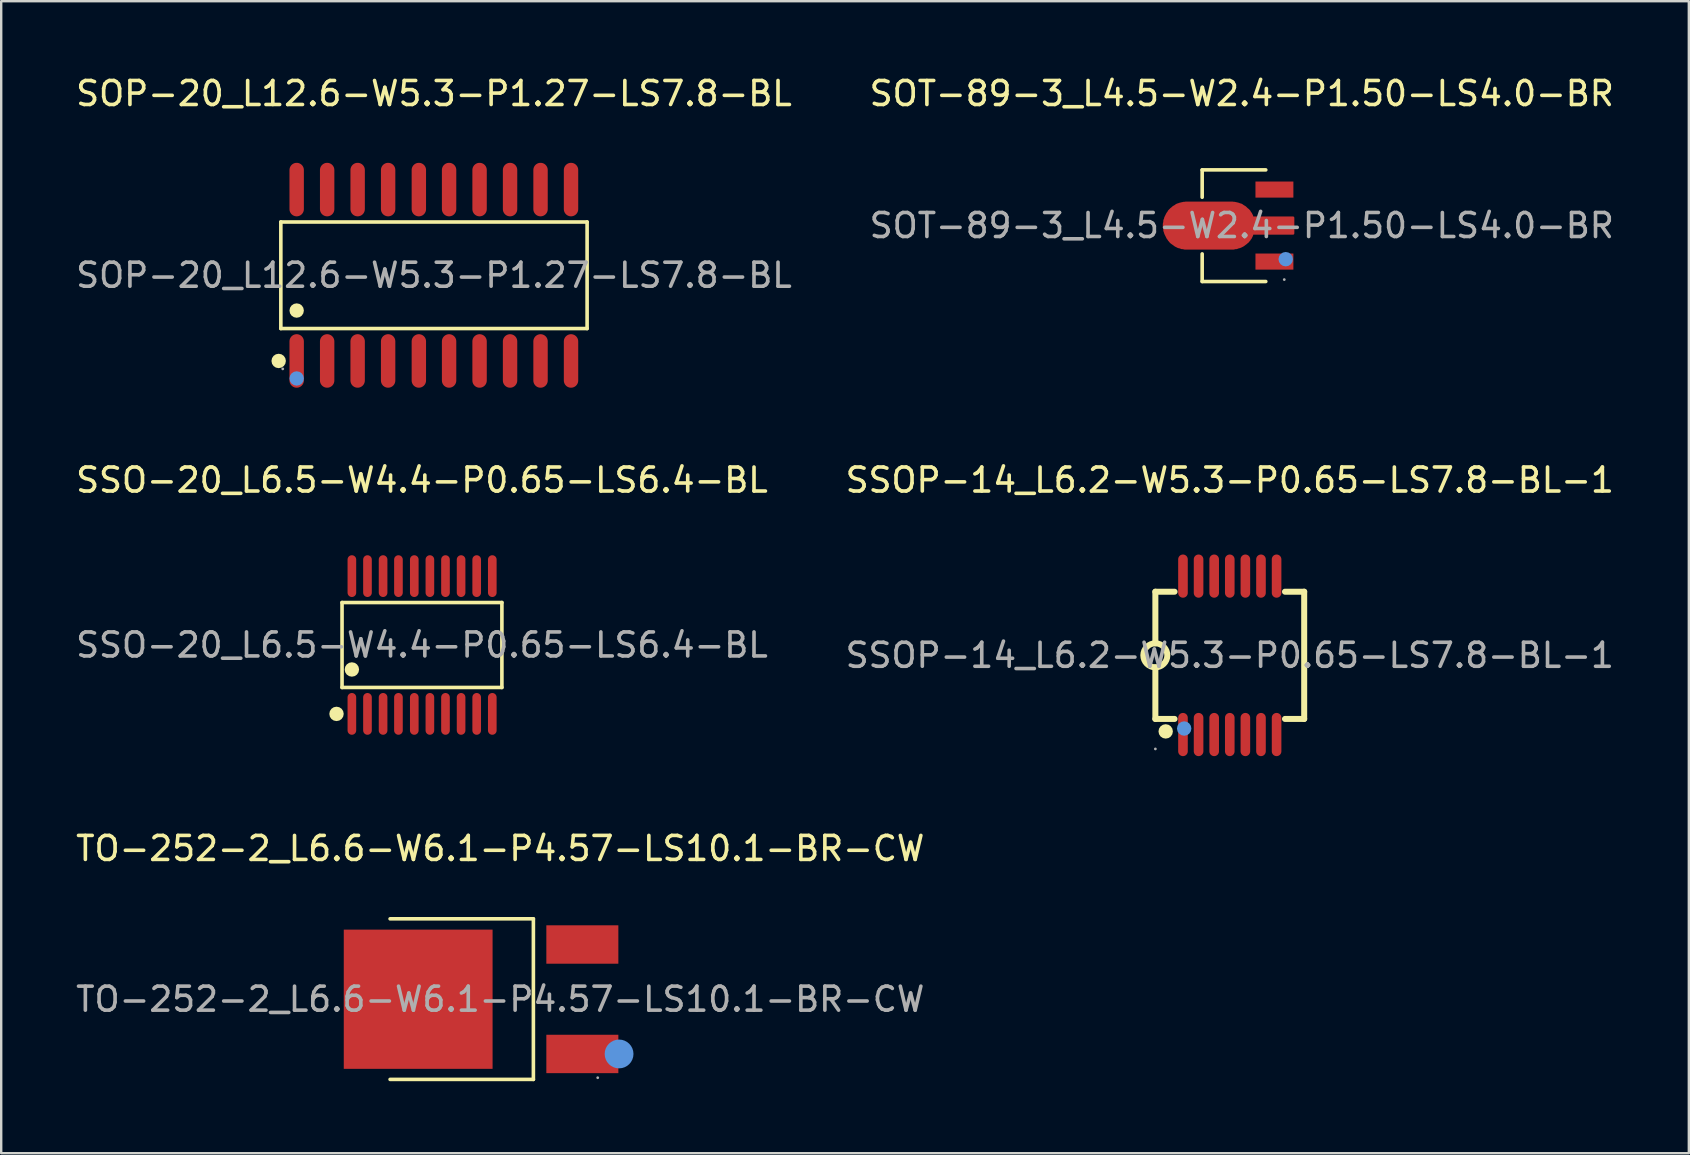
<source format=kicad_pcb>
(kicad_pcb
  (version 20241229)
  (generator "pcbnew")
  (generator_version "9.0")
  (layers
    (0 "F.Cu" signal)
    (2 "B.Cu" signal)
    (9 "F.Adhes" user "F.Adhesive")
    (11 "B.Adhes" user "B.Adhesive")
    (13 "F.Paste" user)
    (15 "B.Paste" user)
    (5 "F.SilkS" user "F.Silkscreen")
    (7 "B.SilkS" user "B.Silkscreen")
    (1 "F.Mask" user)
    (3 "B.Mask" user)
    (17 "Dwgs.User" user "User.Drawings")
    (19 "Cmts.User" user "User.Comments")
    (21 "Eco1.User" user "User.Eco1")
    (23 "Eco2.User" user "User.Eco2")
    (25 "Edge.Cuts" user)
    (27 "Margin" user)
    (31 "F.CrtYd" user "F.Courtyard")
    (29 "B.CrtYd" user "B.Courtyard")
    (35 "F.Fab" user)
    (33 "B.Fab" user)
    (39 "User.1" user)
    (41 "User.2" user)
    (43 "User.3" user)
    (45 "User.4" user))
  (footprint "SSOP-14_L6.2-W5.3-P0.65-LS7.8-BL-1"
    (layer "F.Cu")
    (at 48.185 24.252)
    (property "Reference" "SSOP-14_L6.2-W5.3-P0.65-LS7.8-BL-1" (at 0 -7.3 0) (layer "F.SilkS") (effects (font (size 1 1) (thickness 0.15))))
    (attr smd)
    (fp_line (start -3.1 -2.65) (end -2.3 -2.65) (stroke (width 0.25) (type solid)) (layer "F.SilkS"))
    (fp_line (start -3.1 -0.5) (end -3.1 -2.65) (stroke (width 0.25) (type solid)) (layer "F.SilkS"))
    (fp_line (start -3.1 2.65) (end -3.1 0.5) (stroke (width 0.25) (type solid)) (layer "F.SilkS"))
    (fp_line (start -2.3 2.65) (end -3.1 2.65) (stroke (width 0.25) (type solid)) (layer "F.SilkS"))
    (fp_line (start 2.3 -2.65) (end 3.1 -2.65) (stroke (width 0.25) (type solid)) (layer "F.SilkS"))
    (fp_line (start 3.1 -2.65) (end 3.1 2.65) (stroke (width 0.25) (type solid)) (layer "F.SilkS"))
    (fp_line (start 3.1 2.65) (end 2.3 2.65) (stroke (width 0.25) (type solid)) (layer "F.SilkS"))
    (fp_arc (start -3.091274 -0.499924) (mid -3.104363 0.499981) (end -3.1 -0.5) (stroke (width 0.25) (type solid)) (layer "F.SilkS"))
    (fp_arc (start -2.67 3.17) (mid -2.67 3.17) (end -2.67 3.17) (stroke (width 0.3) (type solid)) (layer "F.SilkS"))
    (fp_circle (center -1.9 3.05) (end -1.75 3.05) (stroke (width 0.3) (type solid)) (fill no) (layer "Cmts.User"))
    (fp_circle (center -3.1 3.9) (end -3.07 3.9) (stroke (width 0.06) (type solid)) (fill no) (layer "F.Fab"))
    (fp_text user "${REFERENCE}" (at 0 0 0) (layer "F.Fab") (effects (font (size 1 1) (thickness 0.15))))
    (pad "1" smd oval (at -1.95 3.3 270) (size 1.8 0.4) (layers "F.Cu" "F.Mask" "F.Paste"))
    (pad "2" smd oval (at -1.3 3.3 270) (size 1.8 0.4) (layers "F.Cu" "F.Mask" "F.Paste"))
    (pad "3" smd oval (at -0.65 3.3 270) (size 1.8 0.4) (layers "F.Cu" "F.Mask" "F.Paste"))
    (pad "4" smd oval (at 0 3.3 270) (size 1.8 0.4) (layers "F.Cu" "F.Mask" "F.Paste"))
    (pad "5" smd oval (at 0.65 3.3 270) (size 1.8 0.4) (layers "F.Cu" "F.Mask" "F.Paste"))
    (pad "6" smd oval (at 1.3 3.3 270) (size 1.8 0.4) (layers "F.Cu" "F.Mask" "F.Paste"))
    (pad "7" smd oval (at 1.95 3.3 270) (size 1.8 0.4) (layers "F.Cu" "F.Mask" "F.Paste"))
    (pad "8" smd oval (at 1.95 -3.3 90) (size 1.8 0.4) (layers "F.Cu" "F.Mask" "F.Paste"))
    (pad "9" smd oval (at 1.3 -3.3 90) (size 1.8 0.4) (layers "F.Cu" "F.Mask" "F.Paste"))
    (pad "10" smd oval (at 0.65 -3.3 90) (size 1.8 0.4) (layers "F.Cu" "F.Mask" "F.Paste"))
    (pad "11" smd oval (at 0 -3.3 90) (size 1.8 0.4) (layers "F.Cu" "F.Mask" "F.Paste"))
    (pad "12" smd oval (at -0.65 -3.3 90) (size 1.8 0.4) (layers "F.Cu" "F.Mask" "F.Paste"))
    (pad "13" smd oval (at -1.3 -3.3 90) (size 1.8 0.4) (layers "F.Cu" "F.Mask" "F.Paste"))
    (pad "14" smd oval (at -1.95 -3.3 90) (size 1.8 0.4) (layers "F.Cu" "F.Mask" "F.Paste")))
  (footprint "SSO-20_L6.5-W4.4-P0.65-LS6.4-BL"
    (layer "F.Cu")
    (at 14.53 23.822)
    (property "Reference" "SSO-20_L6.5-W4.4-P0.65-LS6.4-BL" (at 0 -6.87 0) (layer "F.SilkS") (effects (font (size 1 1) (thickness 0.15))))
    (attr through_hole)
    (fp_line (start -3.33 -1.77) (end 3.33 -1.77) (stroke (width 0.15) (type solid)) (layer "F.SilkS"))
    (fp_line (start -3.33 1.77) (end -3.33 -1.77) (stroke (width 0.15) (type solid)) (layer "F.SilkS"))
    (fp_line (start 3.33 -1.77) (end 3.33 1.77) (stroke (width 0.15) (type solid)) (layer "F.SilkS"))
    (fp_line (start 3.33 1.77) (end -3.33 1.77) (stroke (width 0.15) (type solid)) (layer "F.SilkS"))
    (fp_circle (center -3.56 2.87) (end -3.41 2.87) (stroke (width 0.3) (type solid)) (fill no) (layer "F.SilkS"))
    (fp_circle (center -2.92 1.02) (end -2.77 1.02) (stroke (width 0.3) (type solid)) (fill no) (layer "F.SilkS"))
    (fp_text user "${REFERENCE}" (at 0 0 0) (layer "F.Fab") (effects (font (size 1 1) (thickness 0.15))))
    (pad "1" smd oval (at -2.92 2.87) (size 0.36 1.74) (layers "F.Cu" "F.Mask" "F.Paste"))
    (pad "2" smd oval (at -2.27 2.87) (size 0.36 1.74) (layers "F.Cu" "F.Mask" "F.Paste"))
    (pad "3" smd oval (at -1.62 2.87) (size 0.36 1.74) (layers "F.Cu" "F.Mask" "F.Paste"))
    (pad "4" smd oval (at -0.98 2.87) (size 0.36 1.74) (layers "F.Cu" "F.Mask" "F.Paste"))
    (pad "5" smd oval (at -0.32 2.87) (size 0.36 1.74) (layers "F.Cu" "F.Mask" "F.Paste"))
    (pad "6" smd oval (at 0.33 2.87) (size 0.36 1.74) (layers "F.Cu" "F.Mask" "F.Paste"))
    (pad "7" smd oval (at 0.98 2.87) (size 0.36 1.74) (layers "F.Cu" "F.Mask" "F.Paste"))
    (pad "8" smd oval (at 1.63 2.87) (size 0.36 1.74) (layers "F.Cu" "F.Mask" "F.Paste"))
    (pad "9" smd oval (at 2.28 2.87) (size 0.36 1.74) (layers "F.Cu" "F.Mask" "F.Paste"))
    (pad "10" smd oval (at 2.93 2.87) (size 0.36 1.74) (layers "F.Cu" "F.Mask" "F.Paste"))
    (pad "11" smd oval (at 2.93 -2.87) (size 0.36 1.74) (layers "F.Cu" "F.Mask" "F.Paste"))
    (pad "12" smd oval (at 2.28 -2.87) (size 0.36 1.74) (layers "F.Cu" "F.Mask" "F.Paste"))
    (pad "13" smd oval (at 1.63 -2.87) (size 0.36 1.74) (layers "F.Cu" "F.Mask" "F.Paste"))
    (pad "14" smd oval (at 0.98 -2.87) (size 0.36 1.74) (layers "F.Cu" "F.Mask" "F.Paste"))
    (pad "15" smd oval (at 0.33 -2.87) (size 0.36 1.74) (layers "F.Cu" "F.Mask" "F.Paste"))
    (pad "16" smd oval (at -0.32 -2.87) (size 0.36 1.74) (layers "F.Cu" "F.Mask" "F.Paste"))
    (pad "17" smd oval (at -0.98 -2.87) (size 0.36 1.74) (layers "F.Cu" "F.Mask" "F.Paste"))
    (pad "18" smd oval (at -1.62 -2.87) (size 0.36 1.74) (layers "F.Cu" "F.Mask" "F.Paste"))
    (pad "19" smd oval (at -2.27 -2.87) (size 0.36 1.74) (layers "F.Cu" "F.Mask" "F.Paste"))
    (pad "20" smd oval (at -2.92 -2.87) (size 0.36 1.74) (layers "F.Cu" "F.Mask" "F.Paste")))
  (footprint "SOT-89-3_L4.5-W2.4-P1.50-LS4.0-BR"
    (layer "F.Cu")
    (at 48.685 6.348)
    (property "Reference" "SOT-89-3_L4.5-W2.4-P1.50-LS4.0-BR" (at 0 -5.5 0) (layer "F.SilkS") (effects (font (size 1 1) (thickness 0.15))))
    (attr smd)
    (fp_line (start -1.65 -2.32) (end -1.65 -1.18) (stroke (width 0.15) (type solid)) (layer "F.SilkS"))
    (fp_line (start -1.65 2.33) (end -1.65 1.18) (stroke (width 0.15) (type solid)) (layer "F.SilkS"))
    (fp_line (start 1 -2.32) (end -1.65 -2.32) (stroke (width 0.15) (type solid)) (layer "F.SilkS"))
    (fp_line (start 1 2.33) (end -1.65 2.33) (stroke (width 0.15) (type solid)) (layer "F.SilkS"))
    (fp_circle (center 1.83 1.4) (end 1.98 1.4) (stroke (width 0.3) (type solid)) (fill no) (layer "Cmts.User"))
    (fp_circle (center 1.77 2.25) (end 1.8 2.25) (stroke (width 0.06) (type solid)) (fill no) (layer "F.Fab"))
    (fp_text user "${REFERENCE}" (at 0 0 0) (layer "F.Fab") (effects (font (size 1 1) (thickness 0.15))))
    (pad "1" smd rect (at 1.36 1.5) (size 1.58 0.67) (layers "F.Cu" "F.Mask" "F.Paste"))
    (pad "2" smd custom (at -1.36 0) (size 0.01 0.01) (layers "F.Cu" "F.Mask" "F.Paste") (options (anchor circle)) (primitives (gr_poly (pts (xy -0.93 -0.95) (xy 0.93 -0.95) (xy 0.97 -0.95) (xy 1.02 -0.94) (xy 1.06 -0.94) (xy 1.1 -0.93) (xy 1.15 -0.92) (xy 1.19 -0.91) (xy 1.23 -0.9) (xy 1.27 -0.88) (xy 1.32 -0.87) (xy 1.36 -0.85) (xy 1.4 -0.82) (xy 1.43 -0.8) (xy 1.47 -0.78) (xy 1.51 -0.75) (xy 1.54 -0.72) (xy 1.57 -0.69) (xy 1.61 -0.66) (xy 1.64 -0.63) (xy 1.67 -0.6) (xy 1.69 -0.56) (xy 1.72 -0.52) (xy 1.74 -0.49) (xy 1.76 -0.45) (xy 1.78 -0.41) (xy 1.8 -0.33) (xy 3.5 -0.33) (xy 3.5 0.33) (xy 1.8 0.33) (xy 1.78 0.41) (xy 1.76 0.45) (xy 1.74 0.49) (xy 1.72 0.53) (xy 1.69 0.56) (xy 1.67 0.6) (xy 1.64 0.63) (xy 1.61 0.67) (xy 1.57 0.7) (xy 1.54 0.73) (xy 1.51 0.75) (xy 1.47 0.78) (xy 1.43 0.81) (xy 1.4 0.83) (xy 1.36 0.85) (xy 1.32 0.87) (xy 1.27 0.89) (xy 1.23 0.9) (xy 1.19 0.91) (xy 1.15 0.93) (xy 1.1 0.93) (xy 1.06 0.94) (xy 1.02 0.95) (xy 0.97 0.95) (xy 0.93 0.95) (xy -0.93 0.95) (xy -0.97 0.95) (xy -1.02 0.95) (xy -1.06 0.94) (xy -1.1 0.93) (xy -1.15 0.93) (xy -1.19 0.91) (xy -1.23 0.9) (xy -1.28 0.89) (xy -1.32 0.87) (xy -1.36 0.85) (xy -1.4 0.83) (xy -1.43 0.81) (xy -1.47 0.78) (xy -1.51 0.75) (xy -1.54 0.73) (xy -1.58 0.7) (xy -1.61 0.67) (xy -1.64 0.63) (xy -1.67 0.6) (xy -1.69 0.56) (xy -1.72 0.53) (xy -1.74 0.49) (xy -1.76 0.45) (xy -1.78 0.41) (xy -1.8 0.37) (xy -1.82 0.33) (xy -1.83 0.29) (xy -1.85 0.24) (xy -1.86 0.2) (xy -1.86 0.16) (xy -1.87 0.11) (xy -1.88 0.07) (xy -1.88 0.02) (xy -1.88 -0.02) (xy -1.88 -0.07) (xy -1.87 -0.11) (xy -1.86 -0.15) (xy -1.86 -0.2) (xy -1.85 -0.24) (xy -1.83 -0.28) (xy -1.82 -0.33) (xy -1.8 -0.37) (xy -1.78 -0.41) (xy -1.76 -0.45) (xy -1.74 -0.49) (xy -1.72 -0.52) (xy -1.69 -0.56) (xy -1.67 -0.6) (xy -1.64 -0.63) (xy -1.61 -0.66) (xy -1.58 -0.69) (xy -1.54 -0.72) (xy -1.51 -0.75) (xy -1.47 -0.78) (xy -1.43 -0.8) (xy -1.4 -0.82) (xy -1.36 -0.85) (xy -1.32 -0.87) (xy -1.28 -0.88) (xy -1.23 -0.9) (xy -1.19 -0.91) (xy -1.15 -0.92) (xy -1.1 -0.93) (xy -1.06 -0.94) (xy -1.02 -0.94) (xy -0.97 -0.95) (xy -0.93 -0.95)) (width 0.1) (fill yes))))
    (pad "3" smd rect (at 1.36 -1.5) (size 1.58 0.67) (layers "F.Cu" "F.Mask" "F.Paste")))
  (footprint "SOP-20_L12.6-W5.3-P1.27-LS7.8-BL"
    (layer "F.Cu")
    (at 15.03 8.418)
    (property "Reference" "SOP-20_L12.6-W5.3-P1.27-LS7.8-BL" (at 0 -7.57 0) (layer "F.SilkS") (effects (font (size 1 1) (thickness 0.15))))
    (attr smd)
    (fp_line (start -6.38 -2.22) (end 6.38 -2.22) (stroke (width 0.15) (type solid)) (layer "F.SilkS"))
    (fp_line (start -6.38 2.22) (end -6.38 -2.22) (stroke (width 0.15) (type solid)) (layer "F.SilkS"))
    (fp_line (start 6.38 -2.22) (end 6.38 2.22) (stroke (width 0.15) (type solid)) (layer "F.SilkS"))
    (fp_line (start 6.38 2.22) (end -6.38 2.22) (stroke (width 0.15) (type solid)) (layer "F.SilkS"))
    (fp_circle (center -6.47 3.57) (end -6.32 3.57) (stroke (width 0.3) (type solid)) (fill no) (layer "F.SilkS"))
    (fp_circle (center -5.72 1.47) (end -5.57 1.47) (stroke (width 0.3) (type solid)) (fill no) (layer "F.SilkS"))
    (fp_circle (center -5.72 4.3) (end -5.57 4.3) (stroke (width 0.3) (type solid)) (fill no) (layer "Cmts.User"))
    (fp_circle (center -6.3 3.9) (end -6.27 3.9) (stroke (width 0.06) (type solid)) (fill no) (layer "F.Fab"))
    (fp_text user "${REFERENCE}" (at 0 0 0) (layer "F.Fab") (effects (font (size 1 1) (thickness 0.15))))
    (pad "1" smd oval (at -5.72 3.57) (size 0.6 2.23) (layers "F.Cu" "F.Mask" "F.Paste"))
    (pad "2" smd oval (at -4.45 3.57) (size 0.6 2.23) (layers "F.Cu" "F.Mask" "F.Paste"))
    (pad "3" smd oval (at -3.18 3.57) (size 0.6 2.23) (layers "F.Cu" "F.Mask" "F.Paste"))
    (pad "4" smd oval (at -1.91 3.57) (size 0.6 2.23) (layers "F.Cu" "F.Mask" "F.Paste"))
    (pad "5" smd oval (at -0.63 3.57) (size 0.6 2.23) (layers "F.Cu" "F.Mask" "F.Paste"))
    (pad "6" smd oval (at 0.63 3.57) (size 0.6 2.23) (layers "F.Cu" "F.Mask" "F.Paste"))
    (pad "7" smd oval (at 1.9 3.57) (size 0.6 2.23) (layers "F.Cu" "F.Mask" "F.Paste"))
    (pad "8" smd oval (at 3.17 3.57) (size 0.6 2.23) (layers "F.Cu" "F.Mask" "F.Paste"))
    (pad "9" smd oval (at 4.44 3.57) (size 0.6 2.23) (layers "F.Cu" "F.Mask" "F.Paste"))
    (pad "10" smd oval (at 5.71 3.57) (size 0.6 2.23) (layers "F.Cu" "F.Mask" "F.Paste"))
    (pad "11" smd oval (at 5.71 -3.57) (size 0.6 2.23) (layers "F.Cu" "F.Mask" "F.Paste"))
    (pad "12" smd oval (at 4.44 -3.57) (size 0.6 2.23) (layers "F.Cu" "F.Mask" "F.Paste"))
    (pad "13" smd oval (at 3.17 -3.57) (size 0.6 2.23) (layers "F.Cu" "F.Mask" "F.Paste"))
    (pad "14" smd oval (at 1.9 -3.57) (size 0.6 2.23) (layers "F.Cu" "F.Mask" "F.Paste"))
    (pad "15" smd oval (at 0.63 -3.57) (size 0.6 2.23) (layers "F.Cu" "F.Mask" "F.Paste"))
    (pad "16" smd oval (at -0.63 -3.57) (size 0.6 2.23) (layers "F.Cu" "F.Mask" "F.Paste"))
    (pad "17" smd oval (at -1.91 -3.57) (size 0.6 2.23) (layers "F.Cu" "F.Mask" "F.Paste"))
    (pad "18" smd oval (at -3.18 -3.57) (size 0.6 2.23) (layers "F.Cu" "F.Mask" "F.Paste"))
    (pad "19" smd oval (at -4.45 -3.57) (size 0.6 2.23) (layers "F.Cu" "F.Mask" "F.Paste"))
    (pad "20" smd oval (at -5.72 -3.57) (size 0.6 2.23) (layers "F.Cu" "F.Mask" "F.Paste")))
  (footprint "TO-252-2_L6.6-W6.1-P4.57-LS10.1-BR-CW"
    (layer "F.Cu")
    (at 17.792 38.58)
    (property "Reference" "TO-252-2_L6.6-W6.1-P4.57-LS10.1-BR-CW" (at 0 -6.28 0) (layer "F.SilkS") (effects (font (size 1 1) (thickness 0.15))))
    (attr smd)
    (fp_line (start -4.59 -3.35) (end 1.38 -3.35) (stroke (width 0.15) (type solid)) (layer "F.SilkS"))
    (fp_line (start -4.59 3.34) (end 1.38 3.34) (stroke (width 0.15) (type solid)) (layer "F.SilkS"))
    (fp_line (start 1.38 3.34) (end 1.38 -3.35) (stroke (width 0.15) (type solid)) (layer "F.SilkS"))
    (fp_circle (center 4.95 2.28) (end 5.25 2.28) (stroke (width 0.6) (type solid)) (fill no) (layer "Cmts.User"))
    (fp_circle (center 4.06 3.27) (end 4.09 3.27) (stroke (width 0.06) (type solid)) (fill no) (layer "F.Fab"))
    (fp_text user "${REFERENCE}" (at 0 0 0) (layer "F.Fab") (effects (font (size 1 1) (thickness 0.15))))
    (pad "1" smd rect (at 3.42 2.28) (size 3 1.6) (layers "F.Cu" "F.Mask" "F.Paste"))
    (pad "2" smd rect (at -3.42 0) (size 6.2 5.8) (layers "F.Cu" "F.Mask" "F.Paste"))
    (pad "3" smd rect (at 3.42 -2.28) (size 3 1.6) (layers "F.Cu" "F.Mask" "F.Paste")))
  (gr_rect
    (start -3 -3)
    (end 67.31 44.995)
    (stroke (width 0.1) (type default))
    (fill no)
    (layer "Edge.Cuts")))
</source>
